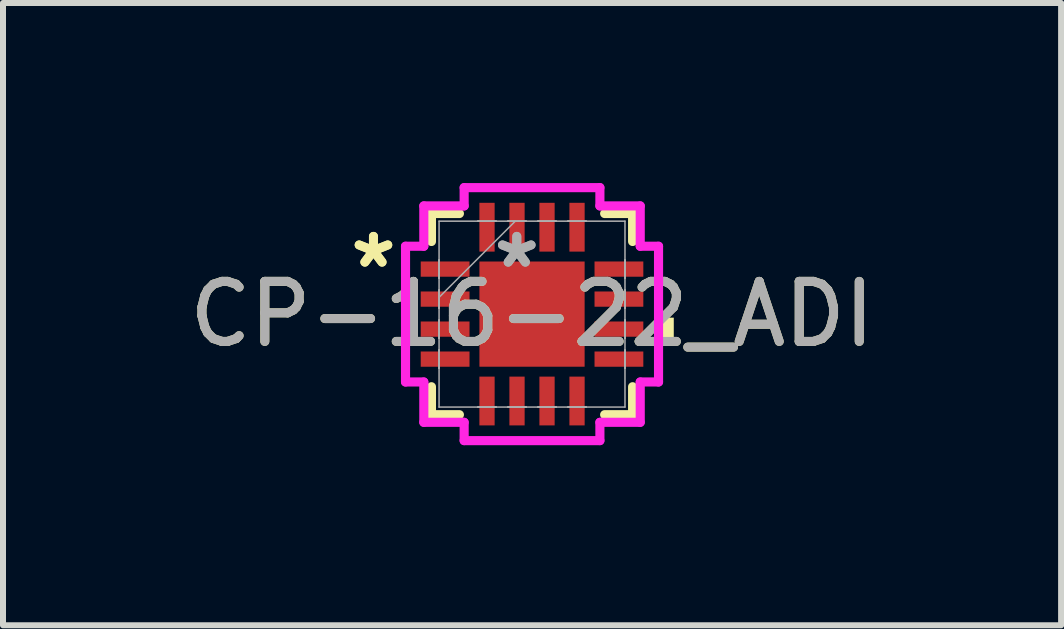
<source format=kicad_pcb>
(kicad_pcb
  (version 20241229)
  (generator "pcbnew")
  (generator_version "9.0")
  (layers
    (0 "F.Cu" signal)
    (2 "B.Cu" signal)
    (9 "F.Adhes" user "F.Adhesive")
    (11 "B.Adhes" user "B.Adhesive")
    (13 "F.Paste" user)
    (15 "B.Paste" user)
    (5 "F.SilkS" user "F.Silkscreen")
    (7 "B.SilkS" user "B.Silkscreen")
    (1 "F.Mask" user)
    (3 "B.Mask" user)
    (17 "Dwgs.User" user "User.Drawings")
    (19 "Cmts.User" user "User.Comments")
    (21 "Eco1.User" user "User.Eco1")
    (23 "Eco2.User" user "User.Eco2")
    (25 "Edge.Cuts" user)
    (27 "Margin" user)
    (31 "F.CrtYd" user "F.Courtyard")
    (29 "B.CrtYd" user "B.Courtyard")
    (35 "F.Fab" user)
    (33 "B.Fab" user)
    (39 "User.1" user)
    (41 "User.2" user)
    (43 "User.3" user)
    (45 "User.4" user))
  (footprint "CP-16-22_ADI"
    (layer "F.Cu")
    (at 5.815 2.184)
    (property "Reference" "CP-16-22_ADI" (at 0 0 0) (unlocked yes) (layer "F.SilkS") (effects (font (size 1 1) (thickness 0.15))))
    (attr smd)
    (fp_line (start -1.676 -1.676) (end -1.676 -1.21) (stroke (width 0.152) (type solid)) (layer "F.SilkS"))
    (fp_line (start -1.676 1.21) (end -1.676 1.676) (stroke (width 0.152) (type solid)) (layer "F.SilkS"))
    (fp_line (start -1.676 1.676) (end -1.21 1.676) (stroke (width 0.152) (type solid)) (layer "F.SilkS"))
    (fp_line (start -1.21 -1.676) (end -1.676 -1.676) (stroke (width 0.152) (type solid)) (layer "F.SilkS"))
    (fp_line (start 1.21 1.676) (end 1.676 1.676) (stroke (width 0.152) (type solid)) (layer "F.SilkS"))
    (fp_line (start 1.676 -1.676) (end 1.21 -1.676) (stroke (width 0.152) (type solid)) (layer "F.SilkS"))
    (fp_line (start 1.676 -1.21) (end 1.676 -1.676) (stroke (width 0.152) (type solid)) (layer "F.SilkS"))
    (fp_line (start 1.676 1.676) (end 1.676 1.21) (stroke (width 0.152) (type solid)) (layer "F.SilkS"))
    (fp_poly (pts (xy 2.362 0.059) (xy 2.362 0.441) (xy 2.108 0.441) (xy 2.108 0.059)) (stroke (width 0) (type solid)) (fill yes) (layer "F.SilkS"))
    (fp_line (start -2.108 -1.131) (end -1.803 -1.131) (stroke (width 0.152) (type solid)) (layer "F.CrtYd"))
    (fp_line (start -2.108 1.131) (end -2.108 -1.131) (stroke (width 0.152) (type solid)) (layer "F.CrtYd"))
    (fp_line (start -1.803 -1.803) (end -1.131 -1.803) (stroke (width 0.152) (type solid)) (layer "F.CrtYd"))
    (fp_line (start -1.803 -1.131) (end -1.803 -1.803) (stroke (width 0.152) (type solid)) (layer "F.CrtYd"))
    (fp_line (start -1.803 1.131) (end -2.108 1.131) (stroke (width 0.152) (type solid)) (layer "F.CrtYd"))
    (fp_line (start -1.803 1.803) (end -1.803 1.131) (stroke (width 0.152) (type solid)) (layer "F.CrtYd"))
    (fp_line (start -1.131 -2.108) (end 1.131 -2.108) (stroke (width 0.152) (type solid)) (layer "F.CrtYd"))
    (fp_line (start -1.131 -1.803) (end -1.131 -2.108) (stroke (width 0.152) (type solid)) (layer "F.CrtYd"))
    (fp_line (start -1.131 1.803) (end -1.803 1.803) (stroke (width 0.152) (type solid)) (layer "F.CrtYd"))
    (fp_line (start -1.131 2.108) (end -1.131 1.803) (stroke (width 0.152) (type solid)) (layer "F.CrtYd"))
    (fp_line (start 1.131 -2.108) (end 1.131 -1.803) (stroke (width 0.152) (type solid)) (layer "F.CrtYd"))
    (fp_line (start 1.131 -1.803) (end 1.803 -1.803) (stroke (width 0.152) (type solid)) (layer "F.CrtYd"))
    (fp_line (start 1.131 1.803) (end 1.131 2.108) (stroke (width 0.152) (type solid)) (layer "F.CrtYd"))
    (fp_line (start 1.131 2.108) (end -1.131 2.108) (stroke (width 0.152) (type solid)) (layer "F.CrtYd"))
    (fp_line (start 1.803 -1.803) (end 1.803 -1.131) (stroke (width 0.152) (type solid)) (layer "F.CrtYd"))
    (fp_line (start 1.803 -1.131) (end 2.108 -1.131) (stroke (width 0.152) (type solid)) (layer "F.CrtYd"))
    (fp_line (start 1.803 1.131) (end 1.803 1.803) (stroke (width 0.152) (type solid)) (layer "F.CrtYd"))
    (fp_line (start 1.803 1.803) (end 1.131 1.803) (stroke (width 0.152) (type solid)) (layer "F.CrtYd"))
    (fp_line (start 2.108 -1.131) (end 2.108 1.131) (stroke (width 0.152) (type solid)) (layer "F.CrtYd"))
    (fp_line (start 2.108 1.131) (end 1.803 1.131) (stroke (width 0.152) (type solid)) (layer "F.CrtYd"))
    (fp_line (start -1.549 -1.549) (end -1.549 1.549) (stroke (width 0.025) (type solid)) (layer "F.Fab"))
    (fp_line (start -1.549 -0.902) (end -1.549 -0.902) (stroke (width 0.025) (type solid)) (layer "F.Fab"))
    (fp_line (start -1.549 -0.902) (end -1.549 -0.598) (stroke (width 0.025) (type solid)) (layer "F.Fab"))
    (fp_line (start -1.549 -0.598) (end -1.549 -0.902) (stroke (width 0.025) (type solid)) (layer "F.Fab"))
    (fp_line (start -1.549 -0.598) (end -1.549 -0.598) (stroke (width 0.025) (type solid)) (layer "F.Fab"))
    (fp_line (start -1.549 -0.402) (end -1.549 -0.402) (stroke (width 0.025) (type solid)) (layer "F.Fab"))
    (fp_line (start -1.549 -0.402) (end -1.549 -0.098) (stroke (width 0.025) (type solid)) (layer "F.Fab"))
    (fp_line (start -1.549 -0.279) (end -0.279 -1.549) (stroke (width 0.025) (type solid)) (layer "F.Fab"))
    (fp_line (start -1.549 -0.098) (end -1.549 -0.402) (stroke (width 0.025) (type solid)) (layer "F.Fab"))
    (fp_line (start -1.549 -0.098) (end -1.549 -0.098) (stroke (width 0.025) (type solid)) (layer "F.Fab"))
    (fp_line (start -1.549 0.098) (end -1.549 0.098) (stroke (width 0.025) (type solid)) (layer "F.Fab"))
    (fp_line (start -1.549 0.098) (end -1.549 0.402) (stroke (width 0.025) (type solid)) (layer "F.Fab"))
    (fp_line (start -1.549 0.402) (end -1.549 0.098) (stroke (width 0.025) (type solid)) (layer "F.Fab"))
    (fp_line (start -1.549 0.402) (end -1.549 0.402) (stroke (width 0.025) (type solid)) (layer "F.Fab"))
    (fp_line (start -1.549 0.598) (end -1.549 0.598) (stroke (width 0.025) (type solid)) (layer "F.Fab"))
    (fp_line (start -1.549 0.598) (end -1.549 0.902) (stroke (width 0.025) (type solid)) (layer "F.Fab"))
    (fp_line (start -1.549 0.902) (end -1.549 0.598) (stroke (width 0.025) (type solid)) (layer "F.Fab"))
    (fp_line (start -1.549 0.902) (end -1.549 0.902) (stroke (width 0.025) (type solid)) (layer "F.Fab"))
    (fp_line (start -1.549 1.549) (end 1.549 1.549) (stroke (width 0.025) (type solid)) (layer "F.Fab"))
    (fp_line (start -0.902 -1.549) (end -0.902 -1.549) (stroke (width 0.025) (type solid)) (layer "F.Fab"))
    (fp_line (start -0.902 -1.549) (end -0.598 -1.549) (stroke (width 0.025) (type solid)) (layer "F.Fab"))
    (fp_line (start -0.902 1.549) (end -0.902 1.549) (stroke (width 0.025) (type solid)) (layer "F.Fab"))
    (fp_line (start -0.902 1.549) (end -0.598 1.549) (stroke (width 0.025) (type solid)) (layer "F.Fab"))
    (fp_line (start -0.598 -1.549) (end -0.902 -1.549) (stroke (width 0.025) (type solid)) (layer "F.Fab"))
    (fp_line (start -0.598 -1.549) (end -0.598 -1.549) (stroke (width 0.025) (type solid)) (layer "F.Fab"))
    (fp_line (start -0.598 1.549) (end -0.902 1.549) (stroke (width 0.025) (type solid)) (layer "F.Fab"))
    (fp_line (start -0.598 1.549) (end -0.598 1.549) (stroke (width 0.025) (type solid)) (layer "F.Fab"))
    (fp_line (start -0.402 -1.549) (end -0.402 -1.549) (stroke (width 0.025) (type solid)) (layer "F.Fab"))
    (fp_line (start -0.402 -1.549) (end -0.098 -1.549) (stroke (width 0.025) (type solid)) (layer "F.Fab"))
    (fp_line (start -0.402 1.549) (end -0.402 1.549) (stroke (width 0.025) (type solid)) (layer "F.Fab"))
    (fp_line (start -0.402 1.549) (end -0.098 1.549) (stroke (width 0.025) (type solid)) (layer "F.Fab"))
    (fp_line (start -0.098 -1.549) (end -0.402 -1.549) (stroke (width 0.025) (type solid)) (layer "F.Fab"))
    (fp_line (start -0.098 -1.549) (end -0.098 -1.549) (stroke (width 0.025) (type solid)) (layer "F.Fab"))
    (fp_line (start -0.098 1.549) (end -0.402 1.549) (stroke (width 0.025) (type solid)) (layer "F.Fab"))
    (fp_line (start -0.098 1.549) (end -0.098 1.549) (stroke (width 0.025) (type solid)) (layer "F.Fab"))
    (fp_line (start 0.098 -1.549) (end 0.098 -1.549) (stroke (width 0.025) (type solid)) (layer "F.Fab"))
    (fp_line (start 0.098 -1.549) (end 0.402 -1.549) (stroke (width 0.025) (type solid)) (layer "F.Fab"))
    (fp_line (start 0.098 1.549) (end 0.098 1.549) (stroke (width 0.025) (type solid)) (layer "F.Fab"))
    (fp_line (start 0.098 1.549) (end 0.402 1.549) (stroke (width 0.025) (type solid)) (layer "F.Fab"))
    (fp_line (start 0.402 -1.549) (end 0.098 -1.549) (stroke (width 0.025) (type solid)) (layer "F.Fab"))
    (fp_line (start 0.402 -1.549) (end 0.402 -1.549) (stroke (width 0.025) (type solid)) (layer "F.Fab"))
    (fp_line (start 0.402 1.549) (end 0.098 1.549) (stroke (width 0.025) (type solid)) (layer "F.Fab"))
    (fp_line (start 0.402 1.549) (end 0.402 1.549) (stroke (width 0.025) (type solid)) (layer "F.Fab"))
    (fp_line (start 0.598 -1.549) (end 0.598 -1.549) (stroke (width 0.025) (type solid)) (layer "F.Fab"))
    (fp_line (start 0.598 -1.549) (end 0.902 -1.549) (stroke (width 0.025) (type solid)) (layer "F.Fab"))
    (fp_line (start 0.598 1.549) (end 0.598 1.549) (stroke (width 0.025) (type solid)) (layer "F.Fab"))
    (fp_line (start 0.598 1.549) (end 0.902 1.549) (stroke (width 0.025) (type solid)) (layer "F.Fab"))
    (fp_line (start 0.902 -1.549) (end 0.598 -1.549) (stroke (width 0.025) (type solid)) (layer "F.Fab"))
    (fp_line (start 0.902 -1.549) (end 0.902 -1.549) (stroke (width 0.025) (type solid)) (layer "F.Fab"))
    (fp_line (start 0.902 1.549) (end 0.598 1.549) (stroke (width 0.025) (type solid)) (layer "F.Fab"))
    (fp_line (start 0.902 1.549) (end 0.902 1.549) (stroke (width 0.025) (type solid)) (layer "F.Fab"))
    (fp_line (start 1.549 -1.549) (end -1.549 -1.549) (stroke (width 0.025) (type solid)) (layer "F.Fab"))
    (fp_line (start 1.549 -0.902) (end 1.549 -0.902) (stroke (width 0.025) (type solid)) (layer "F.Fab"))
    (fp_line (start 1.549 -0.902) (end 1.549 -0.598) (stroke (width 0.025) (type solid)) (layer "F.Fab"))
    (fp_line (start 1.549 -0.598) (end 1.549 -0.902) (stroke (width 0.025) (type solid)) (layer "F.Fab"))
    (fp_line (start 1.549 -0.598) (end 1.549 -0.598) (stroke (width 0.025) (type solid)) (layer "F.Fab"))
    (fp_line (start 1.549 -0.402) (end 1.549 -0.402) (stroke (width 0.025) (type solid)) (layer "F.Fab"))
    (fp_line (start 1.549 -0.402) (end 1.549 -0.098) (stroke (width 0.025) (type solid)) (layer "F.Fab"))
    (fp_line (start 1.549 -0.098) (end 1.549 -0.402) (stroke (width 0.025) (type solid)) (layer "F.Fab"))
    (fp_line (start 1.549 -0.098) (end 1.549 -0.098) (stroke (width 0.025) (type solid)) (layer "F.Fab"))
    (fp_line (start 1.549 0.098) (end 1.549 0.098) (stroke (width 0.025) (type solid)) (layer "F.Fab"))
    (fp_line (start 1.549 0.098) (end 1.549 0.402) (stroke (width 0.025) (type solid)) (layer "F.Fab"))
    (fp_line (start 1.549 0.402) (end 1.549 0.098) (stroke (width 0.025) (type solid)) (layer "F.Fab"))
    (fp_line (start 1.549 0.402) (end 1.549 0.402) (stroke (width 0.025) (type solid)) (layer "F.Fab"))
    (fp_line (start 1.549 0.598) (end 1.549 0.598) (stroke (width 0.025) (type solid)) (layer "F.Fab"))
    (fp_line (start 1.549 0.598) (end 1.549 0.902) (stroke (width 0.025) (type solid)) (layer "F.Fab"))
    (fp_line (start 1.549 0.902) (end 1.549 0.598) (stroke (width 0.025) (type solid)) (layer "F.Fab"))
    (fp_line (start 1.549 0.902) (end 1.549 0.902) (stroke (width 0.025) (type solid)) (layer "F.Fab"))
    (fp_line (start 1.549 1.549) (end 1.549 -1.549) (stroke (width 0.025) (type solid)) (layer "F.Fab"))
    (fp_text user "*" (at -2.642 -0.75 0) (unlocked yes) (layer "F.SilkS") (effects (font (size 1 1) (thickness 0.15))))
    (fp_text user "*" (at -2.642 -0.75 0) (layer "F.SilkS") (effects (font (size 1 1) (thickness 0.15))))
    (fp_text user "${REFERENCE}" (at 0 0 0) (unlocked yes) (layer "F.Fab") (effects (font (size 1 1) (thickness 0.15))))
    (fp_text user "*" (at -0.254 -0.75 0) (layer "F.Fab") (effects (font (size 1 1) (thickness 0.15))))
    (fp_text user "*" (at -0.254 -0.75 0) (unlocked yes) (layer "F.Fab") (effects (font (size 1 1) (thickness 0.15))))
    (pad "1" smd rect (at -1.448 -0.75 90) (size 0.254 0.813) (layers "F.Cu" "F.Mask" "F.Paste"))
    (pad "2" smd rect (at -1.448 -0.25 90) (size 0.254 0.813) (layers "F.Cu" "F.Mask" "F.Paste"))
    (pad "3" smd rect (at -1.448 0.25 90) (size 0.254 0.813) (layers "F.Cu" "F.Mask" "F.Paste"))
    (pad "4" smd rect (at -1.448 0.75 90) (size 0.254 0.813) (layers "F.Cu" "F.Mask" "F.Paste"))
    (pad "5" smd rect (at -0.75 1.448) (size 0.254 0.813) (layers "F.Cu" "F.Mask" "F.Paste"))
    (pad "6" smd rect (at -0.25 1.448) (size 0.254 0.813) (layers "F.Cu" "F.Mask" "F.Paste"))
    (pad "7" smd rect (at 0.25 1.448) (size 0.254 0.813) (layers "F.Cu" "F.Mask" "F.Paste"))
    (pad "8" smd rect (at 0.75 1.448) (size 0.254 0.813) (layers "F.Cu" "F.Mask" "F.Paste"))
    (pad "9" smd rect (at 1.448 0.75 90) (size 0.254 0.813) (layers "F.Cu" "F.Mask" "F.Paste"))
    (pad "10" smd rect (at 1.448 0.25 90) (size 0.254 0.813) (layers "F.Cu" "F.Mask" "F.Paste"))
    (pad "11" smd rect (at 1.448 -0.25 90) (size 0.254 0.813) (layers "F.Cu" "F.Mask" "F.Paste"))
    (pad "12" smd rect (at 1.448 -0.75 90) (size 0.254 0.813) (layers "F.Cu" "F.Mask" "F.Paste"))
    (pad "13" smd rect (at 0.75 -1.448) (size 0.254 0.813) (layers "F.Cu" "F.Mask" "F.Paste"))
    (pad "14" smd rect (at 0.25 -1.448) (size 0.254 0.813) (layers "F.Cu" "F.Mask" "F.Paste"))
    (pad "15" smd rect (at -0.25 -1.448) (size 0.254 0.813) (layers "F.Cu" "F.Mask" "F.Paste"))
    (pad "16" smd rect (at -0.75 -1.448) (size 0.254 0.813) (layers "F.Cu" "F.Mask" "F.Paste"))
    (pad "17" smd rect (at 0 0) (size 1.753 1.753) (layers "F.Cu" "F.Mask" "F.Paste")))
  (gr_rect
    (start -3 -3)
    (end 14.631 7.369)
    (stroke (width 0.1) (type default))
    (fill no)
    (layer "Edge.Cuts")))
</source>
